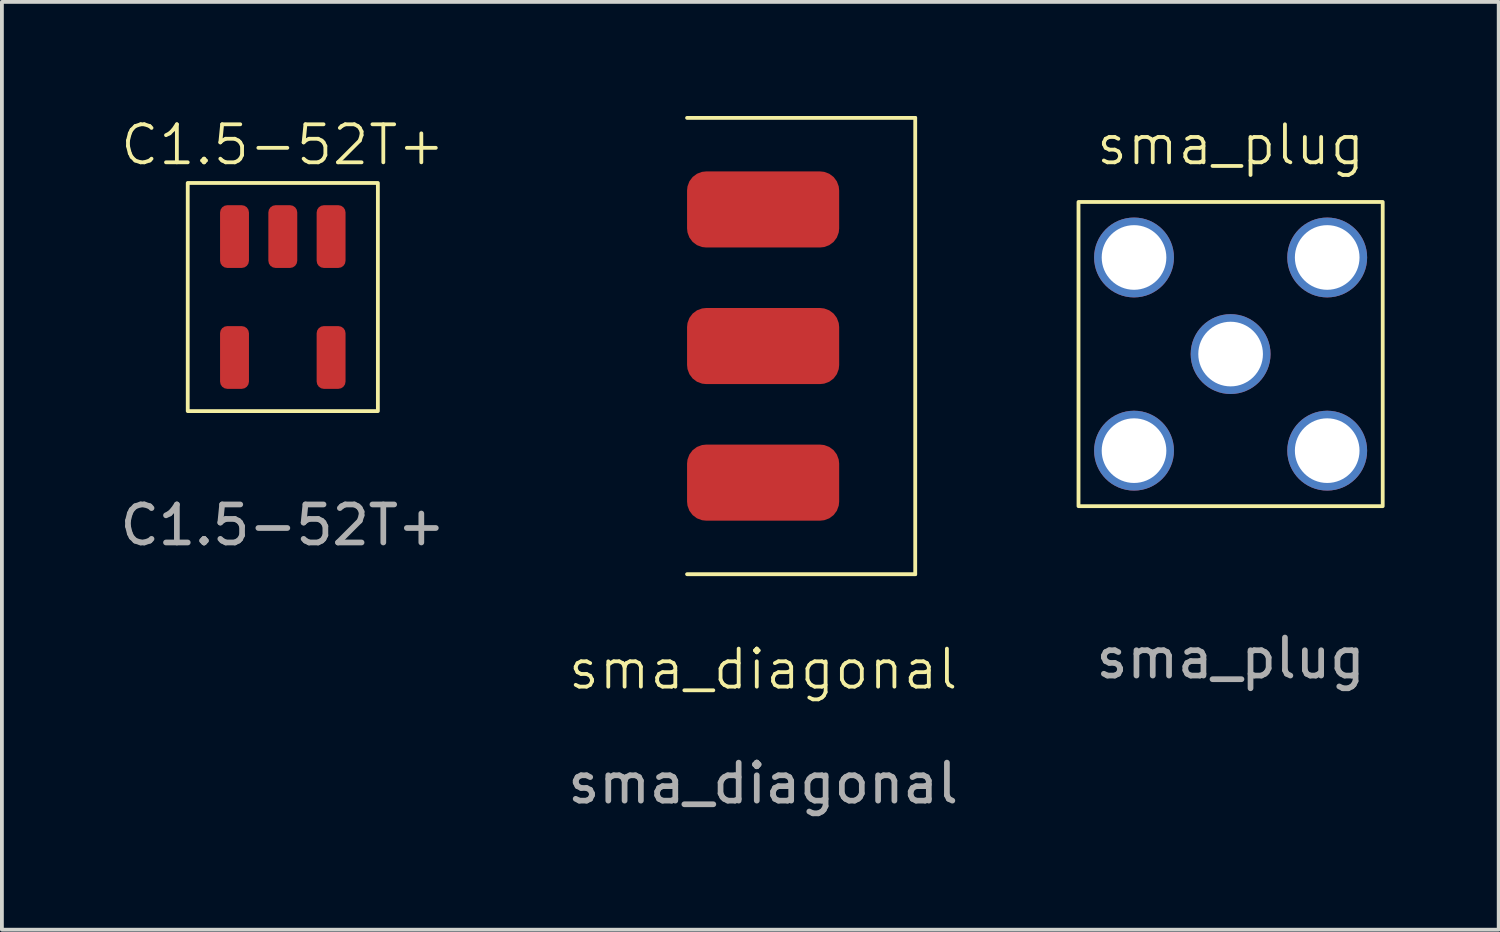
<source format=kicad_pcb>
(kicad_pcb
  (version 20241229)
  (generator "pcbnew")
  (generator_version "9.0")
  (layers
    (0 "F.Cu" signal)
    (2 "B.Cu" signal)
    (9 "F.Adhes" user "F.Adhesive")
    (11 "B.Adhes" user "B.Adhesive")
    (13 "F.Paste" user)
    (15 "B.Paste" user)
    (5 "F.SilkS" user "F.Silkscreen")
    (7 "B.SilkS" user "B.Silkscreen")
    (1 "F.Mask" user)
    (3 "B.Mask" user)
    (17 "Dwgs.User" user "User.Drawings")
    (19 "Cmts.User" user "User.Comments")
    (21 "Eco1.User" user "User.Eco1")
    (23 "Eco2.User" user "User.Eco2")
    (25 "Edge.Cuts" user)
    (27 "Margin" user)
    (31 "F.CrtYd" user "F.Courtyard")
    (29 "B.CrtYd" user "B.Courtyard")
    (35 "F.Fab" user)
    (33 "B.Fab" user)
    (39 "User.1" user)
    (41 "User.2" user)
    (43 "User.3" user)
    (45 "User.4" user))
  (footprint "sma_diagonal"
    (layer "F.Cu")
    (at 17.018 6.05)
    (property "Reference" "sma_diagonal" (at 0 8.5 0) (unlocked yes) (layer "F.SilkS") (effects (font (size 1 1) (thickness 0.1))))
    (attr smd)
    (fp_line (start -2 -6) (end 4 -6) (stroke (width 0.1) (type default)) (layer "F.SilkS"))
    (fp_line (start 4 -6) (end 4 6) (stroke (width 0.1) (type default)) (layer "F.SilkS"))
    (fp_line (start 4 6) (end -2 6) (stroke (width 0.1) (type default)) (layer "F.SilkS"))
    (fp_text user "${REFERENCE}" (at 0 11.5 0) (unlocked yes) (layer "F.Fab") (effects (font (size 1 1) (thickness 0.15))))
    (pad "1" smd roundrect (at 0 -3.592) (size 4 2) (layers "F.Cu" "F.Mask" "F.Paste") (roundrect_rratio 0.25))
    (pad "2" smd roundrect (at 0 0) (size 4 2) (layers "F.Cu" "F.Mask" "F.Paste") (roundrect_rratio 0.25))
    (pad "3" smd roundrect (at 0 3.592) (size 4 2) (layers "F.Cu" "F.Mask" "F.Paste") (roundrect_rratio 0.25)))
  (footprint "sma_plug"
    (layer "F.Cu")
    (at 29.312 6.261)
    (property "Reference" "sma_plug" (at 0 -5.5 0) (unlocked yes) (layer "F.SilkS") (effects (font (size 1 1) (thickness 0.1))))
    (attr through_hole)
    (fp_rect (start -4 -4) (end 4 4) (stroke (width 0.1) (type default)) (fill no) (layer "F.SilkS"))
    (fp_text user "${REFERENCE}" (at 0 8 0) (unlocked yes) (layer "F.Fab") (effects (font (size 1 1) (thickness 0.15))))
    (pad "1" thru_hole circle (at -2.54 -2.54) (size 2.1 2.1) (drill 1.7) (layers "*.Cu" "*.Mask"))
    (pad "2" thru_hole circle (at 2.54 -2.54) (size 2.1 2.1) (drill 1.7) (layers "*.Cu" "*.Mask"))
    (pad "3" thru_hole circle (at 0 0) (size 2.1 2.1) (drill 1.7) (layers "*.Cu" "*.Mask"))
    (pad "4" thru_hole circle (at 2.54 2.54) (size 2.1 2.1) (drill 1.7) (layers "*.Cu" "*.Mask"))
    (pad "5" thru_hole circle (at -2.54 2.54) (size 2.1 2.1) (drill 1.7) (layers "*.Cu" "*.Mask")))
  (footprint "C1.5-52T+"
    (layer "F.Cu")
    (at 4.387 4.761)
    (property "Reference" "C1.5-52T+" (at 0 -4 0) (unlocked yes) (layer "F.SilkS") (effects (font (size 1 1) (thickness 0.1))))
    (attr smd)
    (fp_rect (start -2.5 -3) (end 2.5 3) (stroke (width 0.1) (type default)) (fill no) (layer "F.SilkS"))
    (fp_text user "${REFERENCE}" (at 0 6 0) (unlocked yes) (layer "F.Fab") (effects (font (size 1 1) (thickness 0.15))))
    (pad "1" smd roundrect (at -1.27 -1.59 90) (size 1.65 0.76) (layers "F.Cu" "F.Mask" "F.Paste") (roundrect_rratio 0.25))
    (pad "2" smd roundrect (at 0 -1.59 90) (size 1.65 0.76) (layers "F.Cu" "F.Mask" "F.Paste") (roundrect_rratio 0.25))
    (pad "3" smd roundrect (at 1.27 -1.59 90) (size 1.65 0.76) (layers "F.Cu" "F.Mask" "F.Paste") (roundrect_rratio 0.25))
    (pad "4" smd roundrect (at -1.27 1.59 90) (size 1.65 0.76) (layers "F.Cu" "F.Mask" "F.Paste") (roundrect_rratio 0.25))
    (pad "6" smd roundrect (at 1.27 1.59 90) (size 1.65 0.76) (layers "F.Cu" "F.Mask" "F.Paste") (roundrect_rratio 0.25)))
  (gr_rect
    (start -3 -3)
    (end 36.362 21.398)
    (stroke (width 0.1) (type default))
    (fill no)
    (layer "Edge.Cuts")))
</source>
